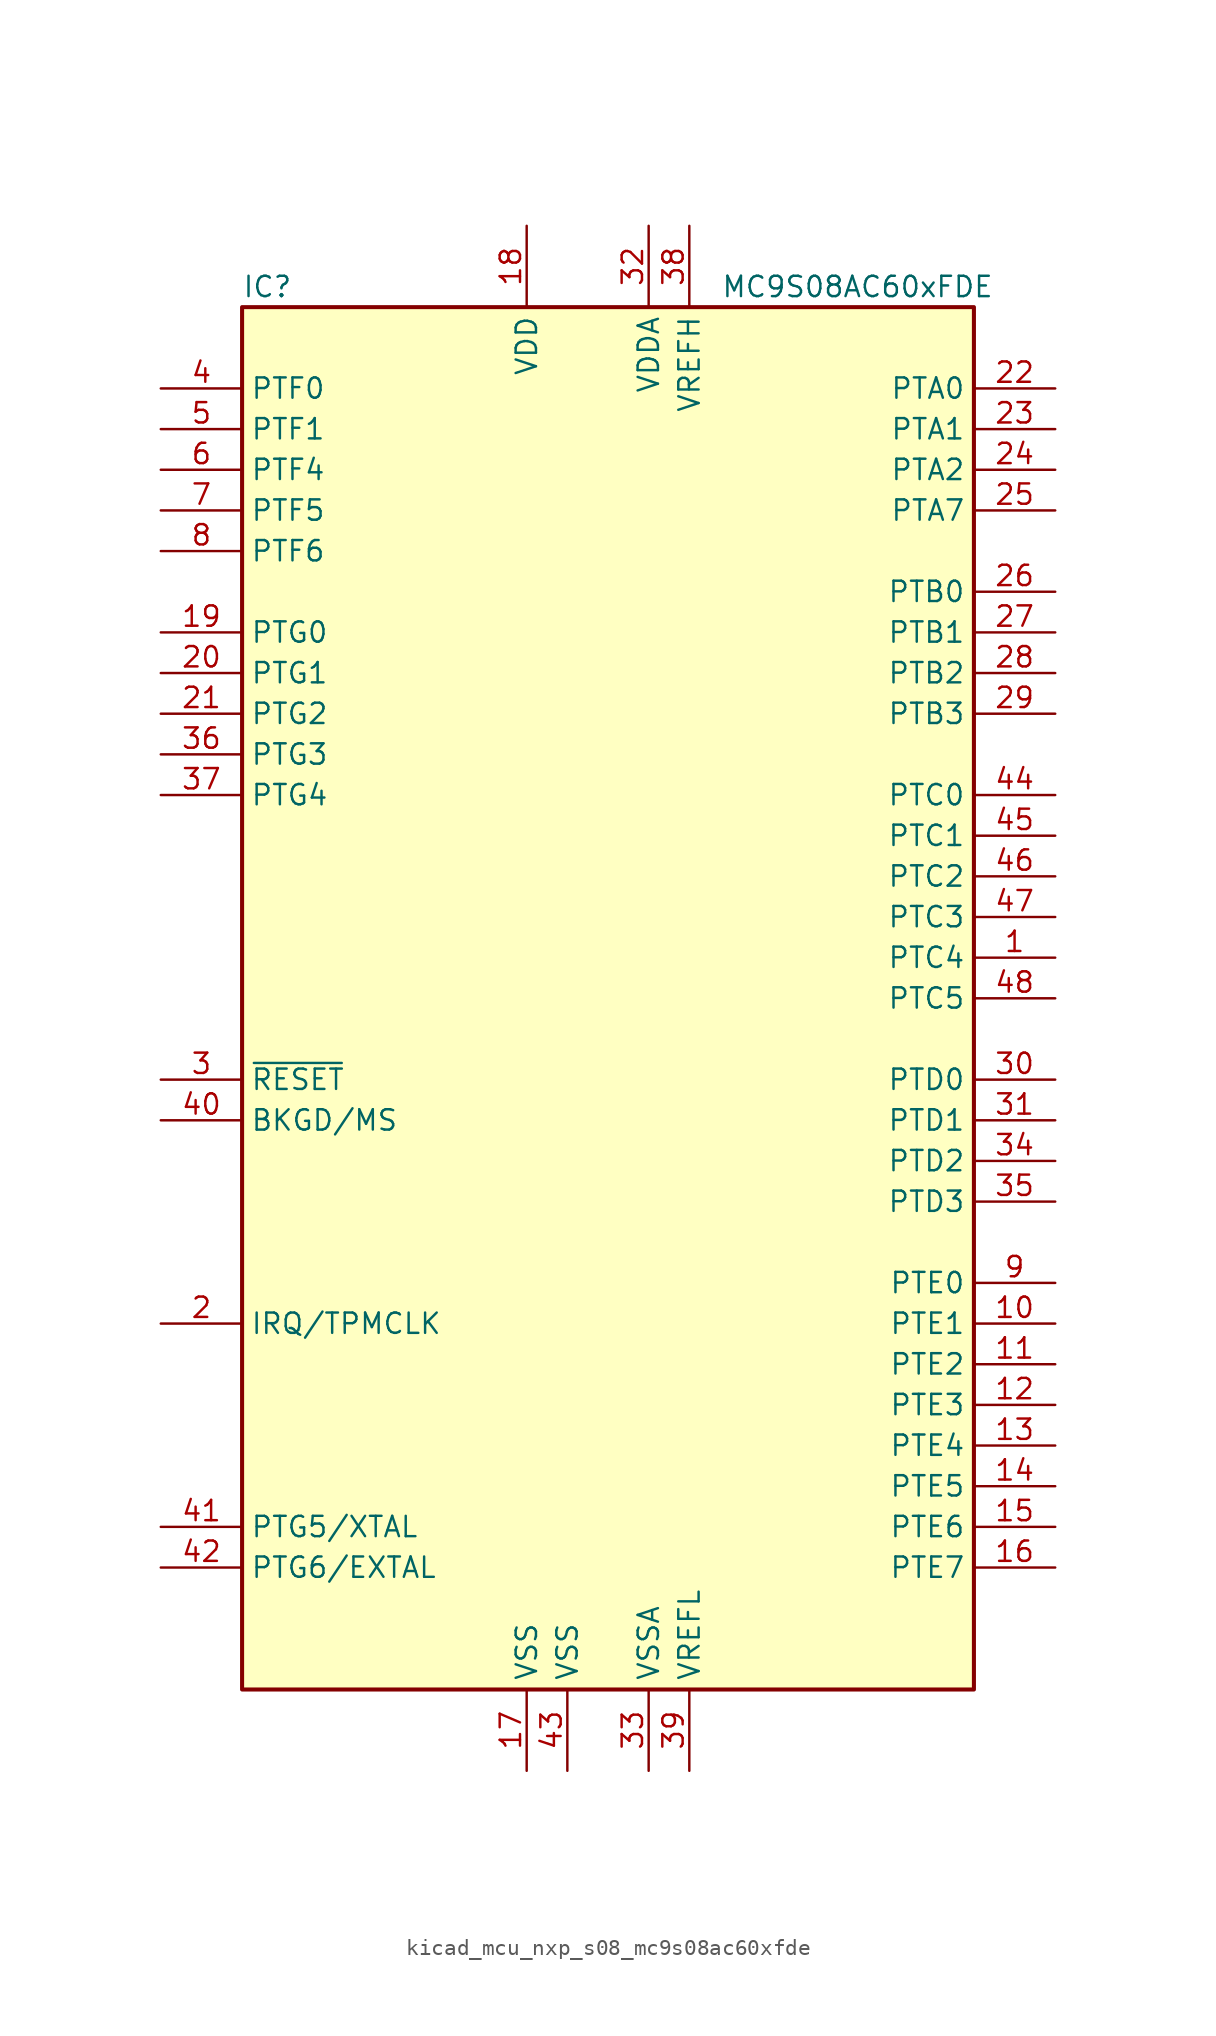
<source format=kicad_sym>
(kicad_symbol_lib
  (version 20220914)
  (generator kicad_symbol_editor)
  (symbol "kicad_mcu_nxp_s08_mc9s08ac60xfde"
    (property "Reference" "IC"
      (at -22.86 44.45 0)
      (effects (font (size 1.27 1.27)) (justify left)))
    (property "Value" "MC9S08AC60xFDE"
      (at 24.13 44.45 0)
      (effects (font (size 1.27 1.27)) (justify right)))
    (symbol "kicad_mcu_nxp_s08_mc9s08ac60xfde_0_1"
      (rectangle (start -22.86 43.18) (end 22.86 -43.18) (stroke (width 0.254) (type default)) (fill (type background))))
    (symbol "kicad_mcu_nxp_s08_mc9s08ac60xfde_1_1"
      (pin bidirectional line (at 27.94 2.54 180) (length 5.08) (name "PTC4" (effects (font (size 1.27 1.27)))) (number "1" (effects (font (size 1.27 1.27)))))
      (pin bidirectional line (at 27.94 -20.32 180) (length 5.08) (name "PTE1" (effects (font (size 1.27 1.27)))) (number "10" (effects (font (size 1.27 1.27)))))
      (pin bidirectional line (at 27.94 -22.86 180) (length 5.08) (name "PTE2" (effects (font (size 1.27 1.27)))) (number "11" (effects (font (size 1.27 1.27)))))
      (pin bidirectional line (at 27.94 -25.4 180) (length 5.08) (name "PTE3" (effects (font (size 1.27 1.27)))) (number "12" (effects (font (size 1.27 1.27)))))
      (pin bidirectional line (at 27.94 -27.94 180) (length 5.08) (name "PTE4" (effects (font (size 1.27 1.27)))) (number "13" (effects (font (size 1.27 1.27)))))
      (pin bidirectional line (at 27.94 -30.48 180) (length 5.08) (name "PTE5" (effects (font (size 1.27 1.27)))) (number "14" (effects (font (size 1.27 1.27)))))
      (pin bidirectional line (at 27.94 -33.02 180) (length 5.08) (name "PTE6" (effects (font (size 1.27 1.27)))) (number "15" (effects (font (size 1.27 1.27)))))
      (pin bidirectional line (at 27.94 -35.56 180) (length 5.08) (name "PTE7" (effects (font (size 1.27 1.27)))) (number "16" (effects (font (size 1.27 1.27)))))
      (pin power_in line (at -5.08 -48.26 90) (length 5.08) (name "VSS" (effects (font (size 1.27 1.27)))) (number "17" (effects (font (size 1.27 1.27)))))
      (pin power_in line (at -5.08 48.26 270) (length 5.08) (name "VDD" (effects (font (size 1.27 1.27)))) (number "18" (effects (font (size 1.27 1.27)))))
      (pin bidirectional line (at -27.94 22.86 0) (length 5.08) (name "PTG0" (effects (font (size 1.27 1.27)))) (number "19" (effects (font (size 1.27 1.27)))))
      (pin input line (at -27.94 -20.32 0) (length 5.08) (name "IRQ/TPMCLK" (effects (font (size 1.27 1.27)))) (number "2" (effects (font (size 1.27 1.27)))))
      (pin bidirectional line (at -27.94 20.32 0) (length 5.08) (name "PTG1" (effects (font (size 1.27 1.27)))) (number "20" (effects (font (size 1.27 1.27)))))
      (pin bidirectional line (at -27.94 17.78 0) (length 5.08) (name "PTG2" (effects (font (size 1.27 1.27)))) (number "21" (effects (font (size 1.27 1.27)))))
      (pin bidirectional line (at 27.94 38.1 180) (length 5.08) (name "PTA0" (effects (font (size 1.27 1.27)))) (number "22" (effects (font (size 1.27 1.27)))))
      (pin bidirectional line (at 27.94 35.56 180) (length 5.08) (name "PTA1" (effects (font (size 1.27 1.27)))) (number "23" (effects (font (size 1.27 1.27)))))
      (pin bidirectional line (at 27.94 33.02 180) (length 5.08) (name "PTA2" (effects (font (size 1.27 1.27)))) (number "24" (effects (font (size 1.27 1.27)))))
      (pin bidirectional line (at 27.94 30.48 180) (length 5.08) (name "PTA7" (effects (font (size 1.27 1.27)))) (number "25" (effects (font (size 1.27 1.27)))))
      (pin bidirectional line (at 27.94 25.4 180) (length 5.08) (name "PTB0" (effects (font (size 1.27 1.27)))) (number "26" (effects (font (size 1.27 1.27)))))
      (pin bidirectional line (at 27.94 22.86 180) (length 5.08) (name "PTB1" (effects (font (size 1.27 1.27)))) (number "27" (effects (font (size 1.27 1.27)))))
      (pin bidirectional line (at 27.94 20.32 180) (length 5.08) (name "PTB2" (effects (font (size 1.27 1.27)))) (number "28" (effects (font (size 1.27 1.27)))))
      (pin bidirectional line (at 27.94 17.78 180) (length 5.08) (name "PTB3" (effects (font (size 1.27 1.27)))) (number "29" (effects (font (size 1.27 1.27)))))
      (pin input line (at -27.94 -5.08 0) (length 5.08) (name "~{RESET}" (effects (font (size 1.27 1.27)))) (number "3" (effects (font (size 1.27 1.27)))))
      (pin bidirectional line (at 27.94 -5.08 180) (length 5.08) (name "PTD0" (effects (font (size 1.27 1.27)))) (number "30" (effects (font (size 1.27 1.27)))))
      (pin bidirectional line (at 27.94 -7.62 180) (length 5.08) (name "PTD1" (effects (font (size 1.27 1.27)))) (number "31" (effects (font (size 1.27 1.27)))))
      (pin power_in line (at 2.54 48.26 270) (length 5.08) (name "VDDA" (effects (font (size 1.27 1.27)))) (number "32" (effects (font (size 1.27 1.27)))))
      (pin power_in line (at 2.54 -48.26 90) (length 5.08) (name "VSSA" (effects (font (size 1.27 1.27)))) (number "33" (effects (font (size 1.27 1.27)))))
      (pin bidirectional line (at 27.94 -10.16 180) (length 5.08) (name "PTD2" (effects (font (size 1.27 1.27)))) (number "34" (effects (font (size 1.27 1.27)))))
      (pin bidirectional line (at 27.94 -12.7 180) (length 5.08) (name "PTD3" (effects (font (size 1.27 1.27)))) (number "35" (effects (font (size 1.27 1.27)))))
      (pin bidirectional line (at -27.94 15.24 0) (length 5.08) (name "PTG3" (effects (font (size 1.27 1.27)))) (number "36" (effects (font (size 1.27 1.27)))))
      (pin bidirectional line (at -27.94 12.7 0) (length 5.08) (name "PTG4" (effects (font (size 1.27 1.27)))) (number "37" (effects (font (size 1.27 1.27)))))
      (pin power_in line (at 5.08 48.26 270) (length 5.08) (name "VREFH" (effects (font (size 1.27 1.27)))) (number "38" (effects (font (size 1.27 1.27)))))
      (pin power_in line (at 5.08 -48.26 90) (length 5.08) (name "VREFL" (effects (font (size 1.27 1.27)))) (number "39" (effects (font (size 1.27 1.27)))))
      (pin bidirectional line (at -27.94 38.1 0) (length 5.08) (name "PTF0" (effects (font (size 1.27 1.27)))) (number "4" (effects (font (size 1.27 1.27)))))
      (pin bidirectional line (at -27.94 -7.62 0) (length 5.08) (name "BKGD/MS" (effects (font (size 1.27 1.27)))) (number "40" (effects (font (size 1.27 1.27)))))
      (pin bidirectional line (at -27.94 -33.02 0) (length 5.08) (name "PTG5/XTAL" (effects (font (size 1.27 1.27)))) (number "41" (effects (font (size 1.27 1.27)))))
      (pin bidirectional line (at -27.94 -35.56 0) (length 5.08) (name "PTG6/EXTAL" (effects (font (size 1.27 1.27)))) (number "42" (effects (font (size 1.27 1.27)))))
      (pin power_in line (at -2.54 -48.26 90) (length 5.08) (name "VSS" (effects (font (size 1.27 1.27)))) (number "43" (effects (font (size 1.27 1.27)))))
      (pin bidirectional line (at 27.94 12.7 180) (length 5.08) (name "PTC0" (effects (font (size 1.27 1.27)))) (number "44" (effects (font (size 1.27 1.27)))))
      (pin bidirectional line (at 27.94 10.16 180) (length 5.08) (name "PTC1" (effects (font (size 1.27 1.27)))) (number "45" (effects (font (size 1.27 1.27)))))
      (pin bidirectional line (at 27.94 7.62 180) (length 5.08) (name "PTC2" (effects (font (size 1.27 1.27)))) (number "46" (effects (font (size 1.27 1.27)))))
      (pin bidirectional line (at 27.94 5.08 180) (length 5.08) (name "PTC3" (effects (font (size 1.27 1.27)))) (number "47" (effects (font (size 1.27 1.27)))))
      (pin bidirectional line (at 27.94 0 180) (length 5.08) (name "PTC5" (effects (font (size 1.27 1.27)))) (number "48" (effects (font (size 1.27 1.27)))))
      (pin bidirectional line (at -27.94 35.56 0) (length 5.08) (name "PTF1" (effects (font (size 1.27 1.27)))) (number "5" (effects (font (size 1.27 1.27)))))
      (pin bidirectional line (at -27.94 33.02 0) (length 5.08) (name "PTF4" (effects (font (size 1.27 1.27)))) (number "6" (effects (font (size 1.27 1.27)))))
      (pin bidirectional line (at -27.94 30.48 0) (length 5.08) (name "PTF5" (effects (font (size 1.27 1.27)))) (number "7" (effects (font (size 1.27 1.27)))))
      (pin bidirectional line (at -27.94 27.94 0) (length 5.08) (name "PTF6" (effects (font (size 1.27 1.27)))) (number "8" (effects (font (size 1.27 1.27)))))
      (pin bidirectional line (at 27.94 -17.78 180) (length 5.08) (name "PTE0" (effects (font (size 1.27 1.27)))) (number "9" (effects (font (size 1.27 1.27))))))))
</source>
